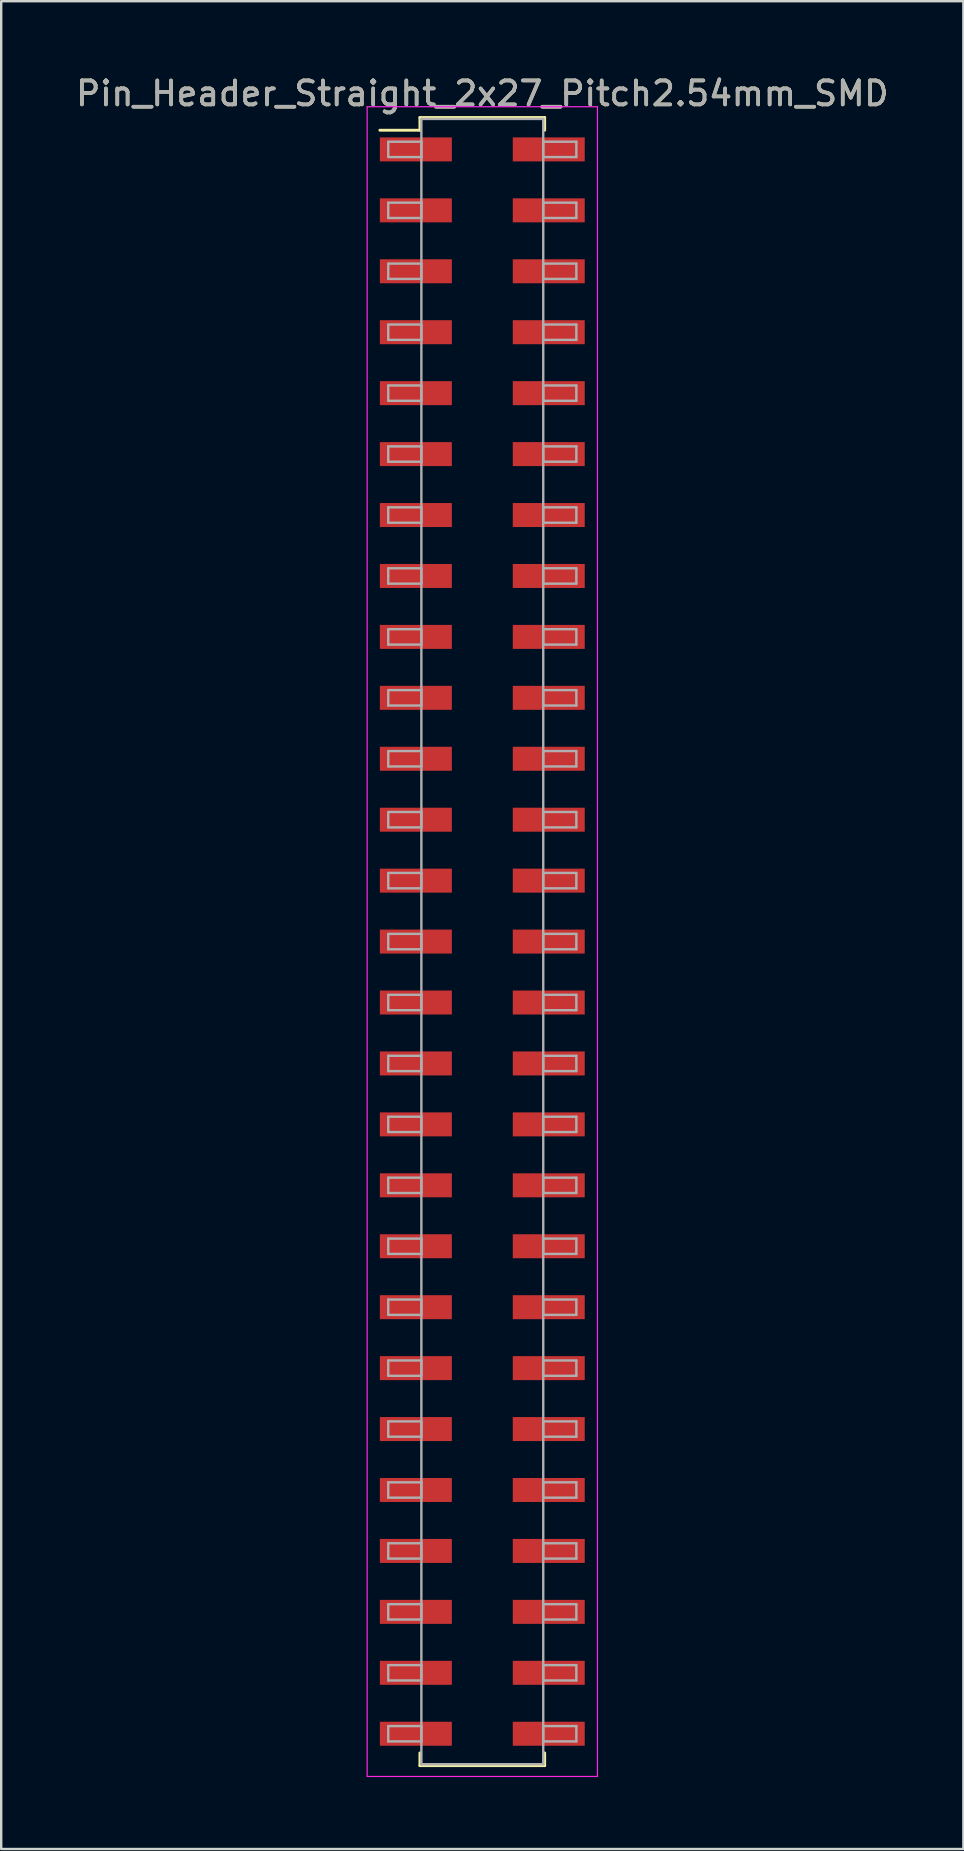
<source format=kicad_pcb>
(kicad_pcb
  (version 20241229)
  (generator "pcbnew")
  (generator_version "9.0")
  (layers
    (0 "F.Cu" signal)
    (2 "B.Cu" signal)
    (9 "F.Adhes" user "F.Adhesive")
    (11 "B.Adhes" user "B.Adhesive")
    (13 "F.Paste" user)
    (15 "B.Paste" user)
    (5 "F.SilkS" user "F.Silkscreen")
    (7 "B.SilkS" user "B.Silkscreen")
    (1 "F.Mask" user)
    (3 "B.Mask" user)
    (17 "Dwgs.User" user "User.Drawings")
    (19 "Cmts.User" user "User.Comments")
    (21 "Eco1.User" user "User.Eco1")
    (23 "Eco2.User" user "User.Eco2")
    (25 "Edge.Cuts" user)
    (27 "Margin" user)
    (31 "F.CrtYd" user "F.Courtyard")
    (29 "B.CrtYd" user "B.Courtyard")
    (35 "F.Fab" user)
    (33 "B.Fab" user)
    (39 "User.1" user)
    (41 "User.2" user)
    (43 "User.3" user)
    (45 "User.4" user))
  (footprint "Pin_Header_Straight_2x27_Pitch2.54mm_SMD"
    (layer "F.Cu")
    (at 17.054 36.198)
    (property "Reference" "Pin_Header_Straight_2x27_Pitch2.54mm_SMD" (at 0 -35.35 0) (layer "F.SilkS") (effects (font (size 1 1) (thickness 0.15))))
    (attr smd)
    (fp_line (start -4.27 -33.82) (end -2.6 -33.82) (stroke (width 0.12) (type solid)) (layer "F.SilkS"))
    (fp_line (start -2.6 -34.35) (end 2.6 -34.35) (stroke (width 0.12) (type solid)) (layer "F.SilkS"))
    (fp_line (start -2.6 -33.82) (end -2.6 -34.35) (stroke (width 0.12) (type solid)) (layer "F.SilkS"))
    (fp_line (start -2.6 33.82) (end -2.6 34.35) (stroke (width 0.12) (type solid)) (layer "F.SilkS"))
    (fp_line (start -2.6 34.35) (end 2.6 34.35) (stroke (width 0.12) (type solid)) (layer "F.SilkS"))
    (fp_line (start 2.6 -34.35) (end 2.6 -33.82) (stroke (width 0.12) (type solid)) (layer "F.SilkS"))
    (fp_line (start 2.6 34.35) (end 2.6 33.82) (stroke (width 0.12) (type solid)) (layer "F.SilkS"))
    (fp_line (start -4.8 -34.8) (end -4.8 34.8) (stroke (width 0.05) (type solid)) (layer "F.CrtYd"))
    (fp_line (start -4.8 34.8) (end 4.8 34.8) (stroke (width 0.05) (type solid)) (layer "F.CrtYd"))
    (fp_line (start 4.8 -34.8) (end -4.8 -34.8) (stroke (width 0.05) (type solid)) (layer "F.CrtYd"))
    (fp_line (start 4.8 34.8) (end 4.8 -34.8) (stroke (width 0.05) (type solid)) (layer "F.CrtYd"))
    (fp_line (start -3.92 -33.34) (end -2.54 -33.34) (stroke (width 0.1) (type solid)) (layer "F.Fab"))
    (fp_line (start -3.92 -32.7) (end -3.92 -33.34) (stroke (width 0.1) (type solid)) (layer "F.Fab"))
    (fp_line (start -3.92 -30.8) (end -2.54 -30.8) (stroke (width 0.1) (type solid)) (layer "F.Fab"))
    (fp_line (start -3.92 -30.16) (end -3.92 -30.8) (stroke (width 0.1) (type solid)) (layer "F.Fab"))
    (fp_line (start -3.92 -28.26) (end -2.54 -28.26) (stroke (width 0.1) (type solid)) (layer "F.Fab"))
    (fp_line (start -3.92 -27.62) (end -3.92 -28.26) (stroke (width 0.1) (type solid)) (layer "F.Fab"))
    (fp_line (start -3.92 -25.72) (end -2.54 -25.72) (stroke (width 0.1) (type solid)) (layer "F.Fab"))
    (fp_line (start -3.92 -25.08) (end -3.92 -25.72) (stroke (width 0.1) (type solid)) (layer "F.Fab"))
    (fp_line (start -3.92 -23.18) (end -2.54 -23.18) (stroke (width 0.1) (type solid)) (layer "F.Fab"))
    (fp_line (start -3.92 -22.54) (end -3.92 -23.18) (stroke (width 0.1) (type solid)) (layer "F.Fab"))
    (fp_line (start -3.92 -20.64) (end -2.54 -20.64) (stroke (width 0.1) (type solid)) (layer "F.Fab"))
    (fp_line (start -3.92 -20) (end -3.92 -20.64) (stroke (width 0.1) (type solid)) (layer "F.Fab"))
    (fp_line (start -3.92 -18.1) (end -2.54 -18.1) (stroke (width 0.1) (type solid)) (layer "F.Fab"))
    (fp_line (start -3.92 -17.46) (end -3.92 -18.1) (stroke (width 0.1) (type solid)) (layer "F.Fab"))
    (fp_line (start -3.92 -15.56) (end -2.54 -15.56) (stroke (width 0.1) (type solid)) (layer "F.Fab"))
    (fp_line (start -3.92 -14.92) (end -3.92 -15.56) (stroke (width 0.1) (type solid)) (layer "F.Fab"))
    (fp_line (start -3.92 -13.02) (end -2.54 -13.02) (stroke (width 0.1) (type solid)) (layer "F.Fab"))
    (fp_line (start -3.92 -12.38) (end -3.92 -13.02) (stroke (width 0.1) (type solid)) (layer "F.Fab"))
    (fp_line (start -3.92 -10.48) (end -2.54 -10.48) (stroke (width 0.1) (type solid)) (layer "F.Fab"))
    (fp_line (start -3.92 -9.84) (end -3.92 -10.48) (stroke (width 0.1) (type solid)) (layer "F.Fab"))
    (fp_line (start -3.92 -7.94) (end -2.54 -7.94) (stroke (width 0.1) (type solid)) (layer "F.Fab"))
    (fp_line (start -3.92 -7.3) (end -3.92 -7.94) (stroke (width 0.1) (type solid)) (layer "F.Fab"))
    (fp_line (start -3.92 -5.4) (end -2.54 -5.4) (stroke (width 0.1) (type solid)) (layer "F.Fab"))
    (fp_line (start -3.92 -4.76) (end -3.92 -5.4) (stroke (width 0.1) (type solid)) (layer "F.Fab"))
    (fp_line (start -3.92 -2.86) (end -2.54 -2.86) (stroke (width 0.1) (type solid)) (layer "F.Fab"))
    (fp_line (start -3.92 -2.22) (end -3.92 -2.86) (stroke (width 0.1) (type solid)) (layer "F.Fab"))
    (fp_line (start -3.92 -0.32) (end -2.54 -0.32) (stroke (width 0.1) (type solid)) (layer "F.Fab"))
    (fp_line (start -3.92 0.32) (end -3.92 -0.32) (stroke (width 0.1) (type solid)) (layer "F.Fab"))
    (fp_line (start -3.92 2.22) (end -2.54 2.22) (stroke (width 0.1) (type solid)) (layer "F.Fab"))
    (fp_line (start -3.92 2.86) (end -3.92 2.22) (stroke (width 0.1) (type solid)) (layer "F.Fab"))
    (fp_line (start -3.92 4.76) (end -2.54 4.76) (stroke (width 0.1) (type solid)) (layer "F.Fab"))
    (fp_line (start -3.92 5.4) (end -3.92 4.76) (stroke (width 0.1) (type solid)) (layer "F.Fab"))
    (fp_line (start -3.92 7.3) (end -2.54 7.3) (stroke (width 0.1) (type solid)) (layer "F.Fab"))
    (fp_line (start -3.92 7.94) (end -3.92 7.3) (stroke (width 0.1) (type solid)) (layer "F.Fab"))
    (fp_line (start -3.92 9.84) (end -2.54 9.84) (stroke (width 0.1) (type solid)) (layer "F.Fab"))
    (fp_line (start -3.92 10.48) (end -3.92 9.84) (stroke (width 0.1) (type solid)) (layer "F.Fab"))
    (fp_line (start -3.92 12.38) (end -2.54 12.38) (stroke (width 0.1) (type solid)) (layer "F.Fab"))
    (fp_line (start -3.92 13.02) (end -3.92 12.38) (stroke (width 0.1) (type solid)) (layer "F.Fab"))
    (fp_line (start -3.92 14.92) (end -2.54 14.92) (stroke (width 0.1) (type solid)) (layer "F.Fab"))
    (fp_line (start -3.92 15.56) (end -3.92 14.92) (stroke (width 0.1) (type solid)) (layer "F.Fab"))
    (fp_line (start -3.92 17.46) (end -2.54 17.46) (stroke (width 0.1) (type solid)) (layer "F.Fab"))
    (fp_line (start -3.92 18.1) (end -3.92 17.46) (stroke (width 0.1) (type solid)) (layer "F.Fab"))
    (fp_line (start -3.92 20) (end -2.54 20) (stroke (width 0.1) (type solid)) (layer "F.Fab"))
    (fp_line (start -3.92 20.64) (end -3.92 20) (stroke (width 0.1) (type solid)) (layer "F.Fab"))
    (fp_line (start -3.92 22.54) (end -2.54 22.54) (stroke (width 0.1) (type solid)) (layer "F.Fab"))
    (fp_line (start -3.92 23.18) (end -3.92 22.54) (stroke (width 0.1) (type solid)) (layer "F.Fab"))
    (fp_line (start -3.92 25.08) (end -2.54 25.08) (stroke (width 0.1) (type solid)) (layer "F.Fab"))
    (fp_line (start -3.92 25.72) (end -3.92 25.08) (stroke (width 0.1) (type solid)) (layer "F.Fab"))
    (fp_line (start -3.92 27.62) (end -2.54 27.62) (stroke (width 0.1) (type solid)) (layer "F.Fab"))
    (fp_line (start -3.92 28.26) (end -3.92 27.62) (stroke (width 0.1) (type solid)) (layer "F.Fab"))
    (fp_line (start -3.92 30.16) (end -2.54 30.16) (stroke (width 0.1) (type solid)) (layer "F.Fab"))
    (fp_line (start -3.92 30.8) (end -3.92 30.16) (stroke (width 0.1) (type solid)) (layer "F.Fab"))
    (fp_line (start -3.92 32.7) (end -2.54 32.7) (stroke (width 0.1) (type solid)) (layer "F.Fab"))
    (fp_line (start -3.92 33.34) (end -3.92 32.7) (stroke (width 0.1) (type solid)) (layer "F.Fab"))
    (fp_line (start -2.54 -34.29) (end -2.54 34.29) (stroke (width 0.1) (type solid)) (layer "F.Fab"))
    (fp_line (start -2.54 -33.34) (end -2.54 -32.7) (stroke (width 0.1) (type solid)) (layer "F.Fab"))
    (fp_line (start -2.54 -32.7) (end -3.92 -32.7) (stroke (width 0.1) (type solid)) (layer "F.Fab"))
    (fp_line (start -2.54 -30.8) (end -2.54 -30.16) (stroke (width 0.1) (type solid)) (layer "F.Fab"))
    (fp_line (start -2.54 -30.16) (end -3.92 -30.16) (stroke (width 0.1) (type solid)) (layer "F.Fab"))
    (fp_line (start -2.54 -28.26) (end -2.54 -27.62) (stroke (width 0.1) (type solid)) (layer "F.Fab"))
    (fp_line (start -2.54 -27.62) (end -3.92 -27.62) (stroke (width 0.1) (type solid)) (layer "F.Fab"))
    (fp_line (start -2.54 -25.72) (end -2.54 -25.08) (stroke (width 0.1) (type solid)) (layer "F.Fab"))
    (fp_line (start -2.54 -25.08) (end -3.92 -25.08) (stroke (width 0.1) (type solid)) (layer "F.Fab"))
    (fp_line (start -2.54 -23.18) (end -2.54 -22.54) (stroke (width 0.1) (type solid)) (layer "F.Fab"))
    (fp_line (start -2.54 -22.54) (end -3.92 -22.54) (stroke (width 0.1) (type solid)) (layer "F.Fab"))
    (fp_line (start -2.54 -20.64) (end -2.54 -20) (stroke (width 0.1) (type solid)) (layer "F.Fab"))
    (fp_line (start -2.54 -20) (end -3.92 -20) (stroke (width 0.1) (type solid)) (layer "F.Fab"))
    (fp_line (start -2.54 -18.1) (end -2.54 -17.46) (stroke (width 0.1) (type solid)) (layer "F.Fab"))
    (fp_line (start -2.54 -17.46) (end -3.92 -17.46) (stroke (width 0.1) (type solid)) (layer "F.Fab"))
    (fp_line (start -2.54 -15.56) (end -2.54 -14.92) (stroke (width 0.1) (type solid)) (layer "F.Fab"))
    (fp_line (start -2.54 -14.92) (end -3.92 -14.92) (stroke (width 0.1) (type solid)) (layer "F.Fab"))
    (fp_line (start -2.54 -13.02) (end -2.54 -12.38) (stroke (width 0.1) (type solid)) (layer "F.Fab"))
    (fp_line (start -2.54 -12.38) (end -3.92 -12.38) (stroke (width 0.1) (type solid)) (layer "F.Fab"))
    (fp_line (start -2.54 -10.48) (end -2.54 -9.84) (stroke (width 0.1) (type solid)) (layer "F.Fab"))
    (fp_line (start -2.54 -9.84) (end -3.92 -9.84) (stroke (width 0.1) (type solid)) (layer "F.Fab"))
    (fp_line (start -2.54 -7.94) (end -2.54 -7.3) (stroke (width 0.1) (type solid)) (layer "F.Fab"))
    (fp_line (start -2.54 -7.3) (end -3.92 -7.3) (stroke (width 0.1) (type solid)) (layer "F.Fab"))
    (fp_line (start -2.54 -5.4) (end -2.54 -4.76) (stroke (width 0.1) (type solid)) (layer "F.Fab"))
    (fp_line (start -2.54 -4.76) (end -3.92 -4.76) (stroke (width 0.1) (type solid)) (layer "F.Fab"))
    (fp_line (start -2.54 -2.86) (end -2.54 -2.22) (stroke (width 0.1) (type solid)) (layer "F.Fab"))
    (fp_line (start -2.54 -2.22) (end -3.92 -2.22) (stroke (width 0.1) (type solid)) (layer "F.Fab"))
    (fp_line (start -2.54 -0.32) (end -2.54 0.32) (stroke (width 0.1) (type solid)) (layer "F.Fab"))
    (fp_line (start -2.54 0.32) (end -3.92 0.32) (stroke (width 0.1) (type solid)) (layer "F.Fab"))
    (fp_line (start -2.54 2.22) (end -2.54 2.86) (stroke (width 0.1) (type solid)) (layer "F.Fab"))
    (fp_line (start -2.54 2.86) (end -3.92 2.86) (stroke (width 0.1) (type solid)) (layer "F.Fab"))
    (fp_line (start -2.54 4.76) (end -2.54 5.4) (stroke (width 0.1) (type solid)) (layer "F.Fab"))
    (fp_line (start -2.54 5.4) (end -3.92 5.4) (stroke (width 0.1) (type solid)) (layer "F.Fab"))
    (fp_line (start -2.54 7.3) (end -2.54 7.94) (stroke (width 0.1) (type solid)) (layer "F.Fab"))
    (fp_line (start -2.54 7.94) (end -3.92 7.94) (stroke (width 0.1) (type solid)) (layer "F.Fab"))
    (fp_line (start -2.54 9.84) (end -2.54 10.48) (stroke (width 0.1) (type solid)) (layer "F.Fab"))
    (fp_line (start -2.54 10.48) (end -3.92 10.48) (stroke (width 0.1) (type solid)) (layer "F.Fab"))
    (fp_line (start -2.54 12.38) (end -2.54 13.02) (stroke (width 0.1) (type solid)) (layer "F.Fab"))
    (fp_line (start -2.54 13.02) (end -3.92 13.02) (stroke (width 0.1) (type solid)) (layer "F.Fab"))
    (fp_line (start -2.54 14.92) (end -2.54 15.56) (stroke (width 0.1) (type solid)) (layer "F.Fab"))
    (fp_line (start -2.54 15.56) (end -3.92 15.56) (stroke (width 0.1) (type solid)) (layer "F.Fab"))
    (fp_line (start -2.54 17.46) (end -2.54 18.1) (stroke (width 0.1) (type solid)) (layer "F.Fab"))
    (fp_line (start -2.54 18.1) (end -3.92 18.1) (stroke (width 0.1) (type solid)) (layer "F.Fab"))
    (fp_line (start -2.54 20) (end -2.54 20.64) (stroke (width 0.1) (type solid)) (layer "F.Fab"))
    (fp_line (start -2.54 20.64) (end -3.92 20.64) (stroke (width 0.1) (type solid)) (layer "F.Fab"))
    (fp_line (start -2.54 22.54) (end -2.54 23.18) (stroke (width 0.1) (type solid)) (layer "F.Fab"))
    (fp_line (start -2.54 23.18) (end -3.92 23.18) (stroke (width 0.1) (type solid)) (layer "F.Fab"))
    (fp_line (start -2.54 25.08) (end -2.54 25.72) (stroke (width 0.1) (type solid)) (layer "F.Fab"))
    (fp_line (start -2.54 25.72) (end -3.92 25.72) (stroke (width 0.1) (type solid)) (layer "F.Fab"))
    (fp_line (start -2.54 27.62) (end -2.54 28.26) (stroke (width 0.1) (type solid)) (layer "F.Fab"))
    (fp_line (start -2.54 28.26) (end -3.92 28.26) (stroke (width 0.1) (type solid)) (layer "F.Fab"))
    (fp_line (start -2.54 30.16) (end -2.54 30.8) (stroke (width 0.1) (type solid)) (layer "F.Fab"))
    (fp_line (start -2.54 30.8) (end -3.92 30.8) (stroke (width 0.1) (type solid)) (layer "F.Fab"))
    (fp_line (start -2.54 32.7) (end -2.54 33.34) (stroke (width 0.1) (type solid)) (layer "F.Fab"))
    (fp_line (start -2.54 33.34) (end -3.92 33.34) (stroke (width 0.1) (type solid)) (layer "F.Fab"))
    (fp_line (start -2.54 34.29) (end 2.54 34.29) (stroke (width 0.1) (type solid)) (layer "F.Fab"))
    (fp_line (start 2.54 -34.29) (end -2.54 -34.29) (stroke (width 0.1) (type solid)) (layer "F.Fab"))
    (fp_line (start 2.54 -33.34) (end 2.54 -32.7) (stroke (width 0.1) (type solid)) (layer "F.Fab"))
    (fp_line (start 2.54 -32.7) (end 3.92 -32.7) (stroke (width 0.1) (type solid)) (layer "F.Fab"))
    (fp_line (start 2.54 -30.8) (end 2.54 -30.16) (stroke (width 0.1) (type solid)) (layer "F.Fab"))
    (fp_line (start 2.54 -30.16) (end 3.92 -30.16) (stroke (width 0.1) (type solid)) (layer "F.Fab"))
    (fp_line (start 2.54 -28.26) (end 2.54 -27.62) (stroke (width 0.1) (type solid)) (layer "F.Fab"))
    (fp_line (start 2.54 -27.62) (end 3.92 -27.62) (stroke (width 0.1) (type solid)) (layer "F.Fab"))
    (fp_line (start 2.54 -25.72) (end 2.54 -25.08) (stroke (width 0.1) (type solid)) (layer "F.Fab"))
    (fp_line (start 2.54 -25.08) (end 3.92 -25.08) (stroke (width 0.1) (type solid)) (layer "F.Fab"))
    (fp_line (start 2.54 -23.18) (end 2.54 -22.54) (stroke (width 0.1) (type solid)) (layer "F.Fab"))
    (fp_line (start 2.54 -22.54) (end 3.92 -22.54) (stroke (width 0.1) (type solid)) (layer "F.Fab"))
    (fp_line (start 2.54 -20.64) (end 2.54 -20) (stroke (width 0.1) (type solid)) (layer "F.Fab"))
    (fp_line (start 2.54 -20) (end 3.92 -20) (stroke (width 0.1) (type solid)) (layer "F.Fab"))
    (fp_line (start 2.54 -18.1) (end 2.54 -17.46) (stroke (width 0.1) (type solid)) (layer "F.Fab"))
    (fp_line (start 2.54 -17.46) (end 3.92 -17.46) (stroke (width 0.1) (type solid)) (layer "F.Fab"))
    (fp_line (start 2.54 -15.56) (end 2.54 -14.92) (stroke (width 0.1) (type solid)) (layer "F.Fab"))
    (fp_line (start 2.54 -14.92) (end 3.92 -14.92) (stroke (width 0.1) (type solid)) (layer "F.Fab"))
    (fp_line (start 2.54 -13.02) (end 2.54 -12.38) (stroke (width 0.1) (type solid)) (layer "F.Fab"))
    (fp_line (start 2.54 -12.38) (end 3.92 -12.38) (stroke (width 0.1) (type solid)) (layer "F.Fab"))
    (fp_line (start 2.54 -10.48) (end 2.54 -9.84) (stroke (width 0.1) (type solid)) (layer "F.Fab"))
    (fp_line (start 2.54 -9.84) (end 3.92 -9.84) (stroke (width 0.1) (type solid)) (layer "F.Fab"))
    (fp_line (start 2.54 -7.94) (end 2.54 -7.3) (stroke (width 0.1) (type solid)) (layer "F.Fab"))
    (fp_line (start 2.54 -7.3) (end 3.92 -7.3) (stroke (width 0.1) (type solid)) (layer "F.Fab"))
    (fp_line (start 2.54 -5.4) (end 2.54 -4.76) (stroke (width 0.1) (type solid)) (layer "F.Fab"))
    (fp_line (start 2.54 -4.76) (end 3.92 -4.76) (stroke (width 0.1) (type solid)) (layer "F.Fab"))
    (fp_line (start 2.54 -2.86) (end 2.54 -2.22) (stroke (width 0.1) (type solid)) (layer "F.Fab"))
    (fp_line (start 2.54 -2.22) (end 3.92 -2.22) (stroke (width 0.1) (type solid)) (layer "F.Fab"))
    (fp_line (start 2.54 -0.32) (end 2.54 0.32) (stroke (width 0.1) (type solid)) (layer "F.Fab"))
    (fp_line (start 2.54 0.32) (end 3.92 0.32) (stroke (width 0.1) (type solid)) (layer "F.Fab"))
    (fp_line (start 2.54 2.22) (end 2.54 2.86) (stroke (width 0.1) (type solid)) (layer "F.Fab"))
    (fp_line (start 2.54 2.86) (end 3.92 2.86) (stroke (width 0.1) (type solid)) (layer "F.Fab"))
    (fp_line (start 2.54 4.76) (end 2.54 5.4) (stroke (width 0.1) (type solid)) (layer "F.Fab"))
    (fp_line (start 2.54 5.4) (end 3.92 5.4) (stroke (width 0.1) (type solid)) (layer "F.Fab"))
    (fp_line (start 2.54 7.3) (end 2.54 7.94) (stroke (width 0.1) (type solid)) (layer "F.Fab"))
    (fp_line (start 2.54 7.94) (end 3.92 7.94) (stroke (width 0.1) (type solid)) (layer "F.Fab"))
    (fp_line (start 2.54 9.84) (end 2.54 10.48) (stroke (width 0.1) (type solid)) (layer "F.Fab"))
    (fp_line (start 2.54 10.48) (end 3.92 10.48) (stroke (width 0.1) (type solid)) (layer "F.Fab"))
    (fp_line (start 2.54 12.38) (end 2.54 13.02) (stroke (width 0.1) (type solid)) (layer "F.Fab"))
    (fp_line (start 2.54 13.02) (end 3.92 13.02) (stroke (width 0.1) (type solid)) (layer "F.Fab"))
    (fp_line (start 2.54 14.92) (end 2.54 15.56) (stroke (width 0.1) (type solid)) (layer "F.Fab"))
    (fp_line (start 2.54 15.56) (end 3.92 15.56) (stroke (width 0.1) (type solid)) (layer "F.Fab"))
    (fp_line (start 2.54 17.46) (end 2.54 18.1) (stroke (width 0.1) (type solid)) (layer "F.Fab"))
    (fp_line (start 2.54 18.1) (end 3.92 18.1) (stroke (width 0.1) (type solid)) (layer "F.Fab"))
    (fp_line (start 2.54 20) (end 2.54 20.64) (stroke (width 0.1) (type solid)) (layer "F.Fab"))
    (fp_line (start 2.54 20.64) (end 3.92 20.64) (stroke (width 0.1) (type solid)) (layer "F.Fab"))
    (fp_line (start 2.54 22.54) (end 2.54 23.18) (stroke (width 0.1) (type solid)) (layer "F.Fab"))
    (fp_line (start 2.54 23.18) (end 3.92 23.18) (stroke (width 0.1) (type solid)) (layer "F.Fab"))
    (fp_line (start 2.54 25.08) (end 2.54 25.72) (stroke (width 0.1) (type solid)) (layer "F.Fab"))
    (fp_line (start 2.54 25.72) (end 3.92 25.72) (stroke (width 0.1) (type solid)) (layer "F.Fab"))
    (fp_line (start 2.54 27.62) (end 2.54 28.26) (stroke (width 0.1) (type solid)) (layer "F.Fab"))
    (fp_line (start 2.54 28.26) (end 3.92 28.26) (stroke (width 0.1) (type solid)) (layer "F.Fab"))
    (fp_line (start 2.54 30.16) (end 2.54 30.8) (stroke (width 0.1) (type solid)) (layer "F.Fab"))
    (fp_line (start 2.54 30.8) (end 3.92 30.8) (stroke (width 0.1) (type solid)) (layer "F.Fab"))
    (fp_line (start 2.54 32.7) (end 2.54 33.34) (stroke (width 0.1) (type solid)) (layer "F.Fab"))
    (fp_line (start 2.54 33.34) (end 3.92 33.34) (stroke (width 0.1) (type solid)) (layer "F.Fab"))
    (fp_line (start 2.54 34.29) (end 2.54 -34.29) (stroke (width 0.1) (type solid)) (layer "F.Fab"))
    (fp_line (start 3.92 -33.34) (end 2.54 -33.34) (stroke (width 0.1) (type solid)) (layer "F.Fab"))
    (fp_line (start 3.92 -32.7) (end 3.92 -33.34) (stroke (width 0.1) (type solid)) (layer "F.Fab"))
    (fp_line (start 3.92 -30.8) (end 2.54 -30.8) (stroke (width 0.1) (type solid)) (layer "F.Fab"))
    (fp_line (start 3.92 -30.16) (end 3.92 -30.8) (stroke (width 0.1) (type solid)) (layer "F.Fab"))
    (fp_line (start 3.92 -28.26) (end 2.54 -28.26) (stroke (width 0.1) (type solid)) (layer "F.Fab"))
    (fp_line (start 3.92 -27.62) (end 3.92 -28.26) (stroke (width 0.1) (type solid)) (layer "F.Fab"))
    (fp_line (start 3.92 -25.72) (end 2.54 -25.72) (stroke (width 0.1) (type solid)) (layer "F.Fab"))
    (fp_line (start 3.92 -25.08) (end 3.92 -25.72) (stroke (width 0.1) (type solid)) (layer "F.Fab"))
    (fp_line (start 3.92 -23.18) (end 2.54 -23.18) (stroke (width 0.1) (type solid)) (layer "F.Fab"))
    (fp_line (start 3.92 -22.54) (end 3.92 -23.18) (stroke (width 0.1) (type solid)) (layer "F.Fab"))
    (fp_line (start 3.92 -20.64) (end 2.54 -20.64) (stroke (width 0.1) (type solid)) (layer "F.Fab"))
    (fp_line (start 3.92 -20) (end 3.92 -20.64) (stroke (width 0.1) (type solid)) (layer "F.Fab"))
    (fp_line (start 3.92 -18.1) (end 2.54 -18.1) (stroke (width 0.1) (type solid)) (layer "F.Fab"))
    (fp_line (start 3.92 -17.46) (end 3.92 -18.1) (stroke (width 0.1) (type solid)) (layer "F.Fab"))
    (fp_line (start 3.92 -15.56) (end 2.54 -15.56) (stroke (width 0.1) (type solid)) (layer "F.Fab"))
    (fp_line (start 3.92 -14.92) (end 3.92 -15.56) (stroke (width 0.1) (type solid)) (layer "F.Fab"))
    (fp_line (start 3.92 -13.02) (end 2.54 -13.02) (stroke (width 0.1) (type solid)) (layer "F.Fab"))
    (fp_line (start 3.92 -12.38) (end 3.92 -13.02) (stroke (width 0.1) (type solid)) (layer "F.Fab"))
    (fp_line (start 3.92 -10.48) (end 2.54 -10.48) (stroke (width 0.1) (type solid)) (layer "F.Fab"))
    (fp_line (start 3.92 -9.84) (end 3.92 -10.48) (stroke (width 0.1) (type solid)) (layer "F.Fab"))
    (fp_line (start 3.92 -7.94) (end 2.54 -7.94) (stroke (width 0.1) (type solid)) (layer "F.Fab"))
    (fp_line (start 3.92 -7.3) (end 3.92 -7.94) (stroke (width 0.1) (type solid)) (layer "F.Fab"))
    (fp_line (start 3.92 -5.4) (end 2.54 -5.4) (stroke (width 0.1) (type solid)) (layer "F.Fab"))
    (fp_line (start 3.92 -4.76) (end 3.92 -5.4) (stroke (width 0.1) (type solid)) (layer "F.Fab"))
    (fp_line (start 3.92 -2.86) (end 2.54 -2.86) (stroke (width 0.1) (type solid)) (layer "F.Fab"))
    (fp_line (start 3.92 -2.22) (end 3.92 -2.86) (stroke (width 0.1) (type solid)) (layer "F.Fab"))
    (fp_line (start 3.92 -0.32) (end 2.54 -0.32) (stroke (width 0.1) (type solid)) (layer "F.Fab"))
    (fp_line (start 3.92 0.32) (end 3.92 -0.32) (stroke (width 0.1) (type solid)) (layer "F.Fab"))
    (fp_line (start 3.92 2.22) (end 2.54 2.22) (stroke (width 0.1) (type solid)) (layer "F.Fab"))
    (fp_line (start 3.92 2.86) (end 3.92 2.22) (stroke (width 0.1) (type solid)) (layer "F.Fab"))
    (fp_line (start 3.92 4.76) (end 2.54 4.76) (stroke (width 0.1) (type solid)) (layer "F.Fab"))
    (fp_line (start 3.92 5.4) (end 3.92 4.76) (stroke (width 0.1) (type solid)) (layer "F.Fab"))
    (fp_line (start 3.92 7.3) (end 2.54 7.3) (stroke (width 0.1) (type solid)) (layer "F.Fab"))
    (fp_line (start 3.92 7.94) (end 3.92 7.3) (stroke (width 0.1) (type solid)) (layer "F.Fab"))
    (fp_line (start 3.92 9.84) (end 2.54 9.84) (stroke (width 0.1) (type solid)) (layer "F.Fab"))
    (fp_line (start 3.92 10.48) (end 3.92 9.84) (stroke (width 0.1) (type solid)) (layer "F.Fab"))
    (fp_line (start 3.92 12.38) (end 2.54 12.38) (stroke (width 0.1) (type solid)) (layer "F.Fab"))
    (fp_line (start 3.92 13.02) (end 3.92 12.38) (stroke (width 0.1) (type solid)) (layer "F.Fab"))
    (fp_line (start 3.92 14.92) (end 2.54 14.92) (stroke (width 0.1) (type solid)) (layer "F.Fab"))
    (fp_line (start 3.92 15.56) (end 3.92 14.92) (stroke (width 0.1) (type solid)) (layer "F.Fab"))
    (fp_line (start 3.92 17.46) (end 2.54 17.46) (stroke (width 0.1) (type solid)) (layer "F.Fab"))
    (fp_line (start 3.92 18.1) (end 3.92 17.46) (stroke (width 0.1) (type solid)) (layer "F.Fab"))
    (fp_line (start 3.92 20) (end 2.54 20) (stroke (width 0.1) (type solid)) (layer "F.Fab"))
    (fp_line (start 3.92 20.64) (end 3.92 20) (stroke (width 0.1) (type solid)) (layer "F.Fab"))
    (fp_line (start 3.92 22.54) (end 2.54 22.54) (stroke (width 0.1) (type solid)) (layer "F.Fab"))
    (fp_line (start 3.92 23.18) (end 3.92 22.54) (stroke (width 0.1) (type solid)) (layer "F.Fab"))
    (fp_line (start 3.92 25.08) (end 2.54 25.08) (stroke (width 0.1) (type solid)) (layer "F.Fab"))
    (fp_line (start 3.92 25.72) (end 3.92 25.08) (stroke (width 0.1) (type solid)) (layer "F.Fab"))
    (fp_line (start 3.92 27.62) (end 2.54 27.62) (stroke (width 0.1) (type solid)) (layer "F.Fab"))
    (fp_line (start 3.92 28.26) (end 3.92 27.62) (stroke (width 0.1) (type solid)) (layer "F.Fab"))
    (fp_line (start 3.92 30.16) (end 2.54 30.16) (stroke (width 0.1) (type solid)) (layer "F.Fab"))
    (fp_line (start 3.92 30.8) (end 3.92 30.16) (stroke (width 0.1) (type solid)) (layer "F.Fab"))
    (fp_line (start 3.92 32.7) (end 2.54 32.7) (stroke (width 0.1) (type solid)) (layer "F.Fab"))
    (fp_line (start 3.92 33.34) (end 3.92 32.7) (stroke (width 0.1) (type solid)) (layer "F.Fab"))
    (fp_text user "${REFERENCE}" (at 0 -35.35 0) (layer "F.Fab") (effects (font (size 1 1) (thickness 0.15))))
    (pad "1" smd rect (at -2.77 -33.02) (size 3 1) (layers "F.Cu" "F.Mask" "F.Paste"))
    (pad "2" smd rect (at 2.77 -33.02) (size 3 1) (layers "F.Cu" "F.Mask" "F.Paste"))
    (pad "3" smd rect (at -2.77 -30.48) (size 3 1) (layers "F.Cu" "F.Mask" "F.Paste"))
    (pad "4" smd rect (at 2.77 -30.48) (size 3 1) (layers "F.Cu" "F.Mask" "F.Paste"))
    (pad "5" smd rect (at -2.77 -27.94) (size 3 1) (layers "F.Cu" "F.Mask" "F.Paste"))
    (pad "6" smd rect (at 2.77 -27.94) (size 3 1) (layers "F.Cu" "F.Mask" "F.Paste"))
    (pad "7" smd rect (at -2.77 -25.4) (size 3 1) (layers "F.Cu" "F.Mask" "F.Paste"))
    (pad "8" smd rect (at 2.77 -25.4) (size 3 1) (layers "F.Cu" "F.Mask" "F.Paste"))
    (pad "9" smd rect (at -2.77 -22.86) (size 3 1) (layers "F.Cu" "F.Mask" "F.Paste"))
    (pad "10" smd rect (at 2.77 -22.86) (size 3 1) (layers "F.Cu" "F.Mask" "F.Paste"))
    (pad "11" smd rect (at -2.77 -20.32) (size 3 1) (layers "F.Cu" "F.Mask" "F.Paste"))
    (pad "12" smd rect (at 2.77 -20.32) (size 3 1) (layers "F.Cu" "F.Mask" "F.Paste"))
    (pad "13" smd rect (at -2.77 -17.78) (size 3 1) (layers "F.Cu" "F.Mask" "F.Paste"))
    (pad "14" smd rect (at 2.77 -17.78) (size 3 1) (layers "F.Cu" "F.Mask" "F.Paste"))
    (pad "15" smd rect (at -2.77 -15.24) (size 3 1) (layers "F.Cu" "F.Mask" "F.Paste"))
    (pad "16" smd rect (at 2.77 -15.24) (size 3 1) (layers "F.Cu" "F.Mask" "F.Paste"))
    (pad "17" smd rect (at -2.77 -12.7) (size 3 1) (layers "F.Cu" "F.Mask" "F.Paste"))
    (pad "18" smd rect (at 2.77 -12.7) (size 3 1) (layers "F.Cu" "F.Mask" "F.Paste"))
    (pad "19" smd rect (at -2.77 -10.16) (size 3 1) (layers "F.Cu" "F.Mask" "F.Paste"))
    (pad "20" smd rect (at 2.77 -10.16) (size 3 1) (layers "F.Cu" "F.Mask" "F.Paste"))
    (pad "21" smd rect (at -2.77 -7.62) (size 3 1) (layers "F.Cu" "F.Mask" "F.Paste"))
    (pad "22" smd rect (at 2.77 -7.62) (size 3 1) (layers "F.Cu" "F.Mask" "F.Paste"))
    (pad "23" smd rect (at -2.77 -5.08) (size 3 1) (layers "F.Cu" "F.Mask" "F.Paste"))
    (pad "24" smd rect (at 2.77 -5.08) (size 3 1) (layers "F.Cu" "F.Mask" "F.Paste"))
    (pad "25" smd rect (at -2.77 -2.54) (size 3 1) (layers "F.Cu" "F.Mask" "F.Paste"))
    (pad "26" smd rect (at 2.77 -2.54) (size 3 1) (layers "F.Cu" "F.Mask" "F.Paste"))
    (pad "27" smd rect (at -2.77 0) (size 3 1) (layers "F.Cu" "F.Mask" "F.Paste"))
    (pad "28" smd rect (at 2.77 0) (size 3 1) (layers "F.Cu" "F.Mask" "F.Paste"))
    (pad "29" smd rect (at -2.77 2.54) (size 3 1) (layers "F.Cu" "F.Mask" "F.Paste"))
    (pad "30" smd rect (at 2.77 2.54) (size 3 1) (layers "F.Cu" "F.Mask" "F.Paste"))
    (pad "31" smd rect (at -2.77 5.08) (size 3 1) (layers "F.Cu" "F.Mask" "F.Paste"))
    (pad "32" smd rect (at 2.77 5.08) (size 3 1) (layers "F.Cu" "F.Mask" "F.Paste"))
    (pad "33" smd rect (at -2.77 7.62) (size 3 1) (layers "F.Cu" "F.Mask" "F.Paste"))
    (pad "34" smd rect (at 2.77 7.62) (size 3 1) (layers "F.Cu" "F.Mask" "F.Paste"))
    (pad "35" smd rect (at -2.77 10.16) (size 3 1) (layers "F.Cu" "F.Mask" "F.Paste"))
    (pad "36" smd rect (at 2.77 10.16) (size 3 1) (layers "F.Cu" "F.Mask" "F.Paste"))
    (pad "37" smd rect (at -2.77 12.7) (size 3 1) (layers "F.Cu" "F.Mask" "F.Paste"))
    (pad "38" smd rect (at 2.77 12.7) (size 3 1) (layers "F.Cu" "F.Mask" "F.Paste"))
    (pad "39" smd rect (at -2.77 15.24) (size 3 1) (layers "F.Cu" "F.Mask" "F.Paste"))
    (pad "40" smd rect (at 2.77 15.24) (size 3 1) (layers "F.Cu" "F.Mask" "F.Paste"))
    (pad "41" smd rect (at -2.77 17.78) (size 3 1) (layers "F.Cu" "F.Mask" "F.Paste"))
    (pad "42" smd rect (at 2.77 17.78) (size 3 1) (layers "F.Cu" "F.Mask" "F.Paste"))
    (pad "43" smd rect (at -2.77 20.32) (size 3 1) (layers "F.Cu" "F.Mask" "F.Paste"))
    (pad "44" smd rect (at 2.77 20.32) (size 3 1) (layers "F.Cu" "F.Mask" "F.Paste"))
    (pad "45" smd rect (at -2.77 22.86) (size 3 1) (layers "F.Cu" "F.Mask" "F.Paste"))
    (pad "46" smd rect (at 2.77 22.86) (size 3 1) (layers "F.Cu" "F.Mask" "F.Paste"))
    (pad "47" smd rect (at -2.77 25.4) (size 3 1) (layers "F.Cu" "F.Mask" "F.Paste"))
    (pad "48" smd rect (at 2.77 25.4) (size 3 1) (layers "F.Cu" "F.Mask" "F.Paste"))
    (pad "49" smd rect (at -2.77 27.94) (size 3 1) (layers "F.Cu" "F.Mask" "F.Paste"))
    (pad "50" smd rect (at 2.77 27.94) (size 3 1) (layers "F.Cu" "F.Mask" "F.Paste"))
    (pad "51" smd rect (at -2.77 30.48) (size 3 1) (layers "F.Cu" "F.Mask" "F.Paste"))
    (pad "52" smd rect (at 2.77 30.48) (size 3 1) (layers "F.Cu" "F.Mask" "F.Paste"))
    (pad "53" smd rect (at -2.77 33.02) (size 3 1) (layers "F.Cu" "F.Mask" "F.Paste"))
    (pad "54" smd rect (at 2.77 33.02) (size 3 1) (layers "F.Cu" "F.Mask" "F.Paste")))
  (gr_rect
    (start -3 -3)
    (end 37.107 74.023)
    (stroke (width 0.1) (type default))
    (fill no)
    (layer "Edge.Cuts")))
</source>
